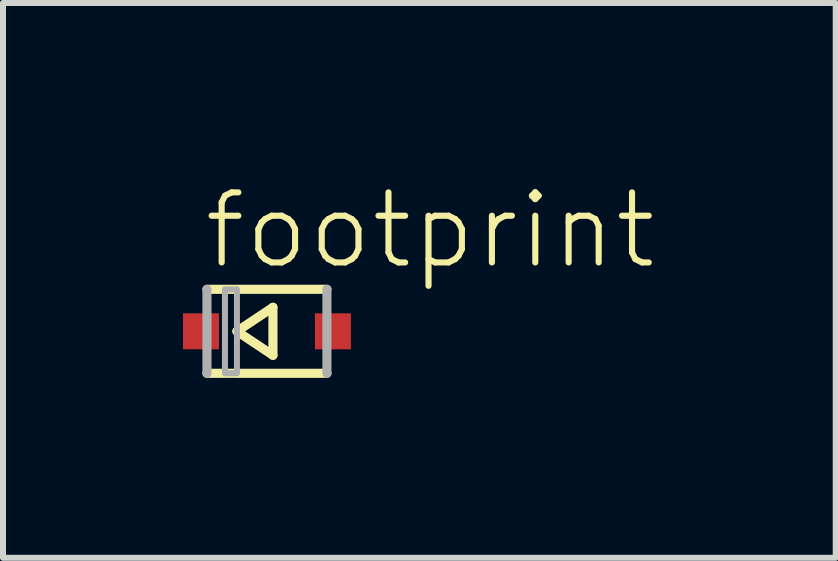
<source format=kicad_pcb>
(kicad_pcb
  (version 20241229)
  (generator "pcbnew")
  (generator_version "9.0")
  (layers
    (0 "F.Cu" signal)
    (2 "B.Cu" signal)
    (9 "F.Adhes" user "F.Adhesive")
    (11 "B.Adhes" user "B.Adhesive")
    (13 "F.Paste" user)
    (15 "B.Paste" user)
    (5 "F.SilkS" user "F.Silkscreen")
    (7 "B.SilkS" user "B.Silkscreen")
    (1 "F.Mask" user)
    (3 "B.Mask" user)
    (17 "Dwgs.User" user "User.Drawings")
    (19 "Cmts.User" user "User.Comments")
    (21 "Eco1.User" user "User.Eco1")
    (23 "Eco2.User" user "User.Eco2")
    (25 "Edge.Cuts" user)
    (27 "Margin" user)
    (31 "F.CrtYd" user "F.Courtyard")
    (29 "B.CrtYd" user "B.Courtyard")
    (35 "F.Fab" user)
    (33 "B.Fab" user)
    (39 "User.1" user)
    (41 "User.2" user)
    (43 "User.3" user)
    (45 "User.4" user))
  (footprint "footprint"
    (layer "F.Cu")
    (at 1.4 2.473)
    (property "Reference" "footprint" (at -1.1 -1 0) (layer "F.SilkS") (effects (font (size 1.168 1.168) (thickness 0.102)) (justify left bottom)))
    (fp_line (start -1 -0.7) (end 1 -0.7) (stroke (width 0.152) (type solid)) (layer "F.SilkS"))
    (fp_line (start -0.5 0) (end 0.1 -0.4) (stroke (width 0.152) (type solid)) (layer "F.SilkS"))
    (fp_line (start 0.1 -0.4) (end 0.1 0.4) (stroke (width 0.152) (type solid)) (layer "F.SilkS"))
    (fp_line (start 0.1 0.4) (end -0.5 0) (stroke (width 0.152) (type solid)) (layer "F.SilkS"))
    (fp_line (start 1 0.7) (end -1 0.7) (stroke (width 0.152) (type solid)) (layer "F.SilkS"))
    (fp_line (start -1 0.7) (end -1 -0.7) (stroke (width 0.152) (type solid)) (layer "F.Fab"))
    (fp_line (start 1 -0.7) (end 1 0.7) (stroke (width 0.152) (type solid)) (layer "F.Fab"))
    (fp_poly (pts (xy -0.7 0.7) (xy -0.5 0.7) (xy -0.5 -0.7) (xy -0.7 -0.7)) (stroke (width 0.1) (type solid)) (fill no) (layer "F.Fab"))
    (pad "A" smd rect (at 1.1 0) (size 0.6 0.6) (layers "F.Cu" "F.Mask" "F.Paste"))
    (pad "C" smd rect (at -1.1 0) (size 0.6 0.6) (layers "F.Cu" "F.Mask" "F.Paste")))
  (gr_rect
    (start -3 -3)
    (end 10.882 6.249)
    (stroke (width 0.1) (type default))
    (fill no)
    (layer "Edge.Cuts")))
</source>
